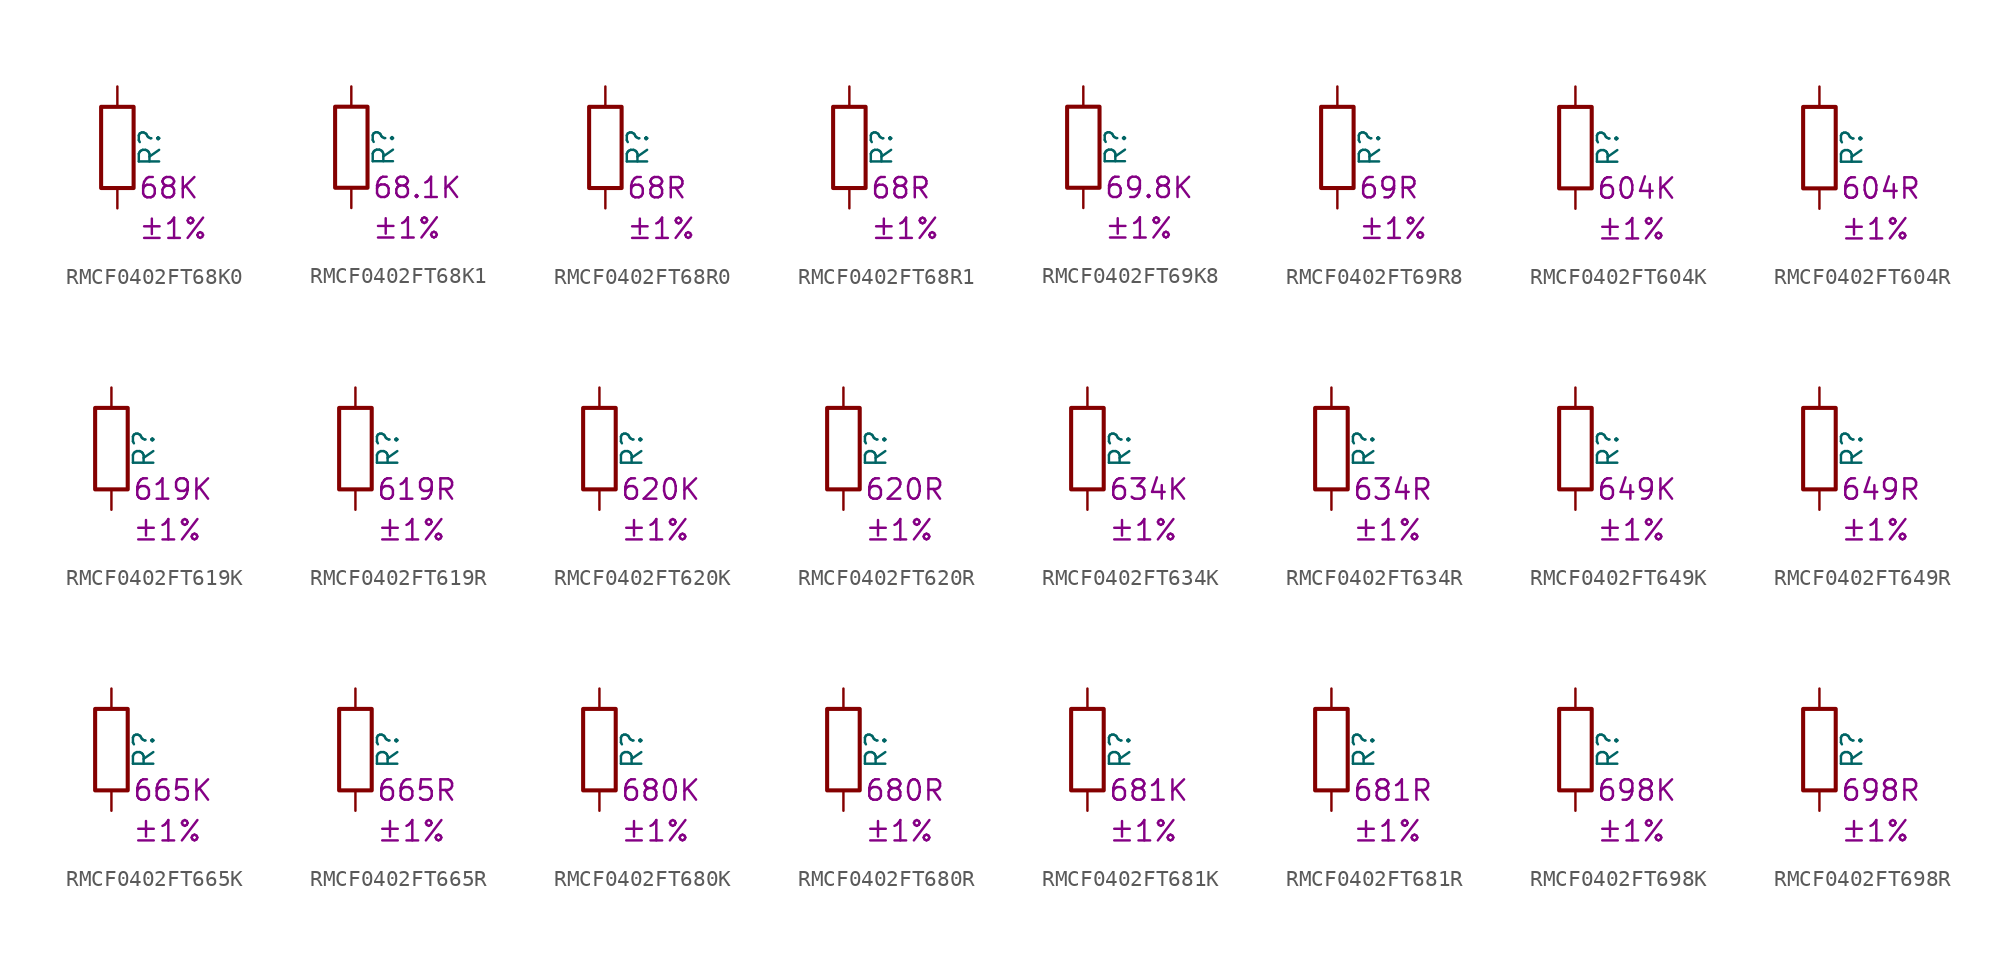
<source format=kicad_sym>
(kicad_symbol_lib
  (version 20220914)
  (generator kicad_symbol_editor)
  (symbol "RMCF0402FT68K0"
    (pin_numbers hide)
    (pin_names
      (offset 0))
    (property "Reference" "R"
      (at 2.032 0 90)
      (effects (font (size 1.27 1.27))))
    (property "Resistance" "68K"
      (at 1.27 -2.54 0)
      (effects (font (size 1.27 1.27)) (justify left)))
    (property "Tolerance" "±1%"
      (at 1.27 -5.08 0)
      (effects (font (size 1.27 1.27)) (justify left)))
    (symbol "RMCF0402FT68K0_0_1"
      (rectangle (start -1.016 -2.54) (end 1.016 2.54) (stroke (width 0.254) (type default)) (fill (type none))))
    (symbol "RMCF0402FT68K0_1_1"
      (pin passive line (at 0 3.81 270) (length 1.27) (name "~" (effects (font (size 1.27 1.27)))) (number "1" (effects (font (size 1.27 1.27)))))
      (pin passive line (at 0 -3.81 90) (length 1.27) (name "~" (effects (font (size 1.27 1.27)))) (number "2" (effects (font (size 1.27 1.27)))))))
  (symbol "RMCF0402FT68K1"
    (pin_numbers hide)
    (pin_names
      (offset 0))
    (property "Reference" "R"
      (at 2.032 0 90)
      (effects (font (size 1.27 1.27))))
    (property "Resistance" "68.1K"
      (at 1.27 -2.54 0)
      (effects (font (size 1.27 1.27)) (justify left)))
    (property "Tolerance" "±1%"
      (at 1.27 -5.08 0)
      (effects (font (size 1.27 1.27)) (justify left)))
    (symbol "RMCF0402FT68K1_0_1"
      (rectangle (start -1.016 -2.54) (end 1.016 2.54) (stroke (width 0.254) (type default)) (fill (type none))))
    (symbol "RMCF0402FT68K1_1_1"
      (pin passive line (at 0 3.81 270) (length 1.27) (name "~" (effects (font (size 1.27 1.27)))) (number "1" (effects (font (size 1.27 1.27)))))
      (pin passive line (at 0 -3.81 90) (length 1.27) (name "~" (effects (font (size 1.27 1.27)))) (number "2" (effects (font (size 1.27 1.27)))))))
  (symbol "RMCF0402FT68R0"
    (pin_numbers hide)
    (pin_names
      (offset 0))
    (property "Reference" "R"
      (at 2.032 0 90)
      (effects (font (size 1.27 1.27))))
    (property "Resistance" "68R"
      (at 1.27 -2.54 0)
      (effects (font (size 1.27 1.27)) (justify left)))
    (property "Tolerance" "±1%"
      (at 1.27 -5.08 0)
      (effects (font (size 1.27 1.27)) (justify left)))
    (symbol "RMCF0402FT68R0_0_1"
      (rectangle (start -1.016 -2.54) (end 1.016 2.54) (stroke (width 0.254) (type default)) (fill (type none))))
    (symbol "RMCF0402FT68R0_1_1"
      (pin passive line (at 0 3.81 270) (length 1.27) (name "~" (effects (font (size 1.27 1.27)))) (number "1" (effects (font (size 1.27 1.27)))))
      (pin passive line (at 0 -3.81 90) (length 1.27) (name "~" (effects (font (size 1.27 1.27)))) (number "2" (effects (font (size 1.27 1.27)))))))
  (symbol "RMCF0402FT68R1"
    (pin_numbers hide)
    (pin_names
      (offset 0))
    (property "Reference" "R"
      (at 2.032 0 90)
      (effects (font (size 1.27 1.27))))
    (property "Resistance" "68R"
      (at 1.27 -2.54 0)
      (effects (font (size 1.27 1.27)) (justify left)))
    (property "Tolerance" "±1%"
      (at 1.27 -5.08 0)
      (effects (font (size 1.27 1.27)) (justify left)))
    (symbol "RMCF0402FT68R1_0_1"
      (rectangle (start -1.016 -2.54) (end 1.016 2.54) (stroke (width 0.254) (type default)) (fill (type none))))
    (symbol "RMCF0402FT68R1_1_1"
      (pin passive line (at 0 3.81 270) (length 1.27) (name "~" (effects (font (size 1.27 1.27)))) (number "1" (effects (font (size 1.27 1.27)))))
      (pin passive line (at 0 -3.81 90) (length 1.27) (name "~" (effects (font (size 1.27 1.27)))) (number "2" (effects (font (size 1.27 1.27)))))))
  (symbol "RMCF0402FT69K8"
    (pin_numbers hide)
    (pin_names
      (offset 0))
    (property "Reference" "R"
      (at 2.032 0 90)
      (effects (font (size 1.27 1.27))))
    (property "Resistance" "69.8K"
      (at 1.27 -2.54 0)
      (effects (font (size 1.27 1.27)) (justify left)))
    (property "Tolerance" "±1%"
      (at 1.27 -5.08 0)
      (effects (font (size 1.27 1.27)) (justify left)))
    (symbol "RMCF0402FT69K8_0_1"
      (rectangle (start -1.016 -2.54) (end 1.016 2.54) (stroke (width 0.254) (type default)) (fill (type none))))
    (symbol "RMCF0402FT69K8_1_1"
      (pin passive line (at 0 3.81 270) (length 1.27) (name "~" (effects (font (size 1.27 1.27)))) (number "1" (effects (font (size 1.27 1.27)))))
      (pin passive line (at 0 -3.81 90) (length 1.27) (name "~" (effects (font (size 1.27 1.27)))) (number "2" (effects (font (size 1.27 1.27)))))))
  (symbol "RMCF0402FT69R8"
    (pin_numbers hide)
    (pin_names
      (offset 0))
    (property "Reference" "R"
      (at 2.032 0 90)
      (effects (font (size 1.27 1.27))))
    (property "Resistance" "69R"
      (at 1.27 -2.54 0)
      (effects (font (size 1.27 1.27)) (justify left)))
    (property "Tolerance" "±1%"
      (at 1.27 -5.08 0)
      (effects (font (size 1.27 1.27)) (justify left)))
    (symbol "RMCF0402FT69R8_0_1"
      (rectangle (start -1.016 -2.54) (end 1.016 2.54) (stroke (width 0.254) (type default)) (fill (type none))))
    (symbol "RMCF0402FT69R8_1_1"
      (pin passive line (at 0 3.81 270) (length 1.27) (name "~" (effects (font (size 1.27 1.27)))) (number "1" (effects (font (size 1.27 1.27)))))
      (pin passive line (at 0 -3.81 90) (length 1.27) (name "~" (effects (font (size 1.27 1.27)))) (number "2" (effects (font (size 1.27 1.27)))))))
  (symbol "RMCF0402FT604K"
    (pin_numbers hide)
    (pin_names
      (offset 0))
    (property "Reference" "R"
      (at 2.032 0 90)
      (effects (font (size 1.27 1.27))))
    (property "Resistance" "604K"
      (at 1.27 -2.54 0)
      (effects (font (size 1.27 1.27)) (justify left)))
    (property "Tolerance" "±1%"
      (at 1.27 -5.08 0)
      (effects (font (size 1.27 1.27)) (justify left)))
    (symbol "RMCF0402FT604K_0_1"
      (rectangle (start -1.016 -2.54) (end 1.016 2.54) (stroke (width 0.254) (type default)) (fill (type none))))
    (symbol "RMCF0402FT604K_1_1"
      (pin passive line (at 0 3.81 270) (length 1.27) (name "~" (effects (font (size 1.27 1.27)))) (number "1" (effects (font (size 1.27 1.27)))))
      (pin passive line (at 0 -3.81 90) (length 1.27) (name "~" (effects (font (size 1.27 1.27)))) (number "2" (effects (font (size 1.27 1.27)))))))
  (symbol "RMCF0402FT604R"
    (pin_numbers hide)
    (pin_names
      (offset 0))
    (property "Reference" "R"
      (at 2.032 0 90)
      (effects (font (size 1.27 1.27))))
    (property "Resistance" "604R"
      (at 1.27 -2.54 0)
      (effects (font (size 1.27 1.27)) (justify left)))
    (property "Tolerance" "±1%"
      (at 1.27 -5.08 0)
      (effects (font (size 1.27 1.27)) (justify left)))
    (symbol "RMCF0402FT604R_0_1"
      (rectangle (start -1.016 -2.54) (end 1.016 2.54) (stroke (width 0.254) (type default)) (fill (type none))))
    (symbol "RMCF0402FT604R_1_1"
      (pin passive line (at 0 3.81 270) (length 1.27) (name "~" (effects (font (size 1.27 1.27)))) (number "1" (effects (font (size 1.27 1.27)))))
      (pin passive line (at 0 -3.81 90) (length 1.27) (name "~" (effects (font (size 1.27 1.27)))) (number "2" (effects (font (size 1.27 1.27)))))))
  (symbol "RMCF0402FT619K"
    (pin_numbers hide)
    (pin_names
      (offset 0))
    (property "Reference" "R"
      (at 2.032 0 90)
      (effects (font (size 1.27 1.27))))
    (property "Resistance" "619K"
      (at 1.27 -2.54 0)
      (effects (font (size 1.27 1.27)) (justify left)))
    (property "Tolerance" "±1%"
      (at 1.27 -5.08 0)
      (effects (font (size 1.27 1.27)) (justify left)))
    (symbol "RMCF0402FT619K_0_1"
      (rectangle (start -1.016 -2.54) (end 1.016 2.54) (stroke (width 0.254) (type default)) (fill (type none))))
    (symbol "RMCF0402FT619K_1_1"
      (pin passive line (at 0 3.81 270) (length 1.27) (name "~" (effects (font (size 1.27 1.27)))) (number "1" (effects (font (size 1.27 1.27)))))
      (pin passive line (at 0 -3.81 90) (length 1.27) (name "~" (effects (font (size 1.27 1.27)))) (number "2" (effects (font (size 1.27 1.27)))))))
  (symbol "RMCF0402FT619R"
    (pin_numbers hide)
    (pin_names
      (offset 0))
    (property "Reference" "R"
      (at 2.032 0 90)
      (effects (font (size 1.27 1.27))))
    (property "Resistance" "619R"
      (at 1.27 -2.54 0)
      (effects (font (size 1.27 1.27)) (justify left)))
    (property "Tolerance" "±1%"
      (at 1.27 -5.08 0)
      (effects (font (size 1.27 1.27)) (justify left)))
    (symbol "RMCF0402FT619R_0_1"
      (rectangle (start -1.016 -2.54) (end 1.016 2.54) (stroke (width 0.254) (type default)) (fill (type none))))
    (symbol "RMCF0402FT619R_1_1"
      (pin passive line (at 0 3.81 270) (length 1.27) (name "~" (effects (font (size 1.27 1.27)))) (number "1" (effects (font (size 1.27 1.27)))))
      (pin passive line (at 0 -3.81 90) (length 1.27) (name "~" (effects (font (size 1.27 1.27)))) (number "2" (effects (font (size 1.27 1.27)))))))
  (symbol "RMCF0402FT620K"
    (pin_numbers hide)
    (pin_names
      (offset 0))
    (property "Reference" "R"
      (at 2.032 0 90)
      (effects (font (size 1.27 1.27))))
    (property "Resistance" "620K"
      (at 1.27 -2.54 0)
      (effects (font (size 1.27 1.27)) (justify left)))
    (property "Tolerance" "±1%"
      (at 1.27 -5.08 0)
      (effects (font (size 1.27 1.27)) (justify left)))
    (symbol "RMCF0402FT620K_0_1"
      (rectangle (start -1.016 -2.54) (end 1.016 2.54) (stroke (width 0.254) (type default)) (fill (type none))))
    (symbol "RMCF0402FT620K_1_1"
      (pin passive line (at 0 3.81 270) (length 1.27) (name "~" (effects (font (size 1.27 1.27)))) (number "1" (effects (font (size 1.27 1.27)))))
      (pin passive line (at 0 -3.81 90) (length 1.27) (name "~" (effects (font (size 1.27 1.27)))) (number "2" (effects (font (size 1.27 1.27)))))))
  (symbol "RMCF0402FT620R"
    (pin_numbers hide)
    (pin_names
      (offset 0))
    (property "Reference" "R"
      (at 2.032 0 90)
      (effects (font (size 1.27 1.27))))
    (property "Resistance" "620R"
      (at 1.27 -2.54 0)
      (effects (font (size 1.27 1.27)) (justify left)))
    (property "Tolerance" "±1%"
      (at 1.27 -5.08 0)
      (effects (font (size 1.27 1.27)) (justify left)))
    (symbol "RMCF0402FT620R_0_1"
      (rectangle (start -1.016 -2.54) (end 1.016 2.54) (stroke (width 0.254) (type default)) (fill (type none))))
    (symbol "RMCF0402FT620R_1_1"
      (pin passive line (at 0 3.81 270) (length 1.27) (name "~" (effects (font (size 1.27 1.27)))) (number "1" (effects (font (size 1.27 1.27)))))
      (pin passive line (at 0 -3.81 90) (length 1.27) (name "~" (effects (font (size 1.27 1.27)))) (number "2" (effects (font (size 1.27 1.27)))))))
  (symbol "RMCF0402FT634K"
    (pin_numbers hide)
    (pin_names
      (offset 0))
    (property "Reference" "R"
      (at 2.032 0 90)
      (effects (font (size 1.27 1.27))))
    (property "Resistance" "634K"
      (at 1.27 -2.54 0)
      (effects (font (size 1.27 1.27)) (justify left)))
    (property "Tolerance" "±1%"
      (at 1.27 -5.08 0)
      (effects (font (size 1.27 1.27)) (justify left)))
    (symbol "RMCF0402FT634K_0_1"
      (rectangle (start -1.016 -2.54) (end 1.016 2.54) (stroke (width 0.254) (type default)) (fill (type none))))
    (symbol "RMCF0402FT634K_1_1"
      (pin passive line (at 0 3.81 270) (length 1.27) (name "~" (effects (font (size 1.27 1.27)))) (number "1" (effects (font (size 1.27 1.27)))))
      (pin passive line (at 0 -3.81 90) (length 1.27) (name "~" (effects (font (size 1.27 1.27)))) (number "2" (effects (font (size 1.27 1.27)))))))
  (symbol "RMCF0402FT634R"
    (pin_numbers hide)
    (pin_names
      (offset 0))
    (property "Reference" "R"
      (at 2.032 0 90)
      (effects (font (size 1.27 1.27))))
    (property "Resistance" "634R"
      (at 1.27 -2.54 0)
      (effects (font (size 1.27 1.27)) (justify left)))
    (property "Tolerance" "±1%"
      (at 1.27 -5.08 0)
      (effects (font (size 1.27 1.27)) (justify left)))
    (symbol "RMCF0402FT634R_0_1"
      (rectangle (start -1.016 -2.54) (end 1.016 2.54) (stroke (width 0.254) (type default)) (fill (type none))))
    (symbol "RMCF0402FT634R_1_1"
      (pin passive line (at 0 3.81 270) (length 1.27) (name "~" (effects (font (size 1.27 1.27)))) (number "1" (effects (font (size 1.27 1.27)))))
      (pin passive line (at 0 -3.81 90) (length 1.27) (name "~" (effects (font (size 1.27 1.27)))) (number "2" (effects (font (size 1.27 1.27)))))))
  (symbol "RMCF0402FT649K"
    (pin_numbers hide)
    (pin_names
      (offset 0))
    (property "Reference" "R"
      (at 2.032 0 90)
      (effects (font (size 1.27 1.27))))
    (property "Resistance" "649K"
      (at 1.27 -2.54 0)
      (effects (font (size 1.27 1.27)) (justify left)))
    (property "Tolerance" "±1%"
      (at 1.27 -5.08 0)
      (effects (font (size 1.27 1.27)) (justify left)))
    (symbol "RMCF0402FT649K_0_1"
      (rectangle (start -1.016 -2.54) (end 1.016 2.54) (stroke (width 0.254) (type default)) (fill (type none))))
    (symbol "RMCF0402FT649K_1_1"
      (pin passive line (at 0 3.81 270) (length 1.27) (name "~" (effects (font (size 1.27 1.27)))) (number "1" (effects (font (size 1.27 1.27)))))
      (pin passive line (at 0 -3.81 90) (length 1.27) (name "~" (effects (font (size 1.27 1.27)))) (number "2" (effects (font (size 1.27 1.27)))))))
  (symbol "RMCF0402FT649R"
    (pin_numbers hide)
    (pin_names
      (offset 0))
    (property "Reference" "R"
      (at 2.032 0 90)
      (effects (font (size 1.27 1.27))))
    (property "Resistance" "649R"
      (at 1.27 -2.54 0)
      (effects (font (size 1.27 1.27)) (justify left)))
    (property "Tolerance" "±1%"
      (at 1.27 -5.08 0)
      (effects (font (size 1.27 1.27)) (justify left)))
    (symbol "RMCF0402FT649R_0_1"
      (rectangle (start -1.016 -2.54) (end 1.016 2.54) (stroke (width 0.254) (type default)) (fill (type none))))
    (symbol "RMCF0402FT649R_1_1"
      (pin passive line (at 0 3.81 270) (length 1.27) (name "~" (effects (font (size 1.27 1.27)))) (number "1" (effects (font (size 1.27 1.27)))))
      (pin passive line (at 0 -3.81 90) (length 1.27) (name "~" (effects (font (size 1.27 1.27)))) (number "2" (effects (font (size 1.27 1.27)))))))
  (symbol "RMCF0402FT665K"
    (pin_numbers hide)
    (pin_names
      (offset 0))
    (property "Reference" "R"
      (at 2.032 0 90)
      (effects (font (size 1.27 1.27))))
    (property "Resistance" "665K"
      (at 1.27 -2.54 0)
      (effects (font (size 1.27 1.27)) (justify left)))
    (property "Tolerance" "±1%"
      (at 1.27 -5.08 0)
      (effects (font (size 1.27 1.27)) (justify left)))
    (symbol "RMCF0402FT665K_0_1"
      (rectangle (start -1.016 -2.54) (end 1.016 2.54) (stroke (width 0.254) (type default)) (fill (type none))))
    (symbol "RMCF0402FT665K_1_1"
      (pin passive line (at 0 3.81 270) (length 1.27) (name "~" (effects (font (size 1.27 1.27)))) (number "1" (effects (font (size 1.27 1.27)))))
      (pin passive line (at 0 -3.81 90) (length 1.27) (name "~" (effects (font (size 1.27 1.27)))) (number "2" (effects (font (size 1.27 1.27)))))))
  (symbol "RMCF0402FT665R"
    (pin_numbers hide)
    (pin_names
      (offset 0))
    (property "Reference" "R"
      (at 2.032 0 90)
      (effects (font (size 1.27 1.27))))
    (property "Resistance" "665R"
      (at 1.27 -2.54 0)
      (effects (font (size 1.27 1.27)) (justify left)))
    (property "Tolerance" "±1%"
      (at 1.27 -5.08 0)
      (effects (font (size 1.27 1.27)) (justify left)))
    (symbol "RMCF0402FT665R_0_1"
      (rectangle (start -1.016 -2.54) (end 1.016 2.54) (stroke (width 0.254) (type default)) (fill (type none))))
    (symbol "RMCF0402FT665R_1_1"
      (pin passive line (at 0 3.81 270) (length 1.27) (name "~" (effects (font (size 1.27 1.27)))) (number "1" (effects (font (size 1.27 1.27)))))
      (pin passive line (at 0 -3.81 90) (length 1.27) (name "~" (effects (font (size 1.27 1.27)))) (number "2" (effects (font (size 1.27 1.27)))))))
  (symbol "RMCF0402FT680K"
    (pin_numbers hide)
    (pin_names
      (offset 0))
    (property "Reference" "R"
      (at 2.032 0 90)
      (effects (font (size 1.27 1.27))))
    (property "Resistance" "680K"
      (at 1.27 -2.54 0)
      (effects (font (size 1.27 1.27)) (justify left)))
    (property "Tolerance" "±1%"
      (at 1.27 -5.08 0)
      (effects (font (size 1.27 1.27)) (justify left)))
    (symbol "RMCF0402FT680K_0_1"
      (rectangle (start -1.016 -2.54) (end 1.016 2.54) (stroke (width 0.254) (type default)) (fill (type none))))
    (symbol "RMCF0402FT680K_1_1"
      (pin passive line (at 0 3.81 270) (length 1.27) (name "~" (effects (font (size 1.27 1.27)))) (number "1" (effects (font (size 1.27 1.27)))))
      (pin passive line (at 0 -3.81 90) (length 1.27) (name "~" (effects (font (size 1.27 1.27)))) (number "2" (effects (font (size 1.27 1.27)))))))
  (symbol "RMCF0402FT680R"
    (pin_numbers hide)
    (pin_names
      (offset 0))
    (property "Reference" "R"
      (at 2.032 0 90)
      (effects (font (size 1.27 1.27))))
    (property "Resistance" "680R"
      (at 1.27 -2.54 0)
      (effects (font (size 1.27 1.27)) (justify left)))
    (property "Tolerance" "±1%"
      (at 1.27 -5.08 0)
      (effects (font (size 1.27 1.27)) (justify left)))
    (symbol "RMCF0402FT680R_0_1"
      (rectangle (start -1.016 -2.54) (end 1.016 2.54) (stroke (width 0.254) (type default)) (fill (type none))))
    (symbol "RMCF0402FT680R_1_1"
      (pin passive line (at 0 3.81 270) (length 1.27) (name "~" (effects (font (size 1.27 1.27)))) (number "1" (effects (font (size 1.27 1.27)))))
      (pin passive line (at 0 -3.81 90) (length 1.27) (name "~" (effects (font (size 1.27 1.27)))) (number "2" (effects (font (size 1.27 1.27)))))))
  (symbol "RMCF0402FT681K"
    (pin_numbers hide)
    (pin_names
      (offset 0))
    (property "Reference" "R"
      (at 2.032 0 90)
      (effects (font (size 1.27 1.27))))
    (property "Resistance" "681K"
      (at 1.27 -2.54 0)
      (effects (font (size 1.27 1.27)) (justify left)))
    (property "Tolerance" "±1%"
      (at 1.27 -5.08 0)
      (effects (font (size 1.27 1.27)) (justify left)))
    (symbol "RMCF0402FT681K_0_1"
      (rectangle (start -1.016 -2.54) (end 1.016 2.54) (stroke (width 0.254) (type default)) (fill (type none))))
    (symbol "RMCF0402FT681K_1_1"
      (pin passive line (at 0 3.81 270) (length 1.27) (name "~" (effects (font (size 1.27 1.27)))) (number "1" (effects (font (size 1.27 1.27)))))
      (pin passive line (at 0 -3.81 90) (length 1.27) (name "~" (effects (font (size 1.27 1.27)))) (number "2" (effects (font (size 1.27 1.27)))))))
  (symbol "RMCF0402FT681R"
    (pin_numbers hide)
    (pin_names
      (offset 0))
    (property "Reference" "R"
      (at 2.032 0 90)
      (effects (font (size 1.27 1.27))))
    (property "Resistance" "681R"
      (at 1.27 -2.54 0)
      (effects (font (size 1.27 1.27)) (justify left)))
    (property "Tolerance" "±1%"
      (at 1.27 -5.08 0)
      (effects (font (size 1.27 1.27)) (justify left)))
    (symbol "RMCF0402FT681R_0_1"
      (rectangle (start -1.016 -2.54) (end 1.016 2.54) (stroke (width 0.254) (type default)) (fill (type none))))
    (symbol "RMCF0402FT681R_1_1"
      (pin passive line (at 0 3.81 270) (length 1.27) (name "~" (effects (font (size 1.27 1.27)))) (number "1" (effects (font (size 1.27 1.27)))))
      (pin passive line (at 0 -3.81 90) (length 1.27) (name "~" (effects (font (size 1.27 1.27)))) (number "2" (effects (font (size 1.27 1.27)))))))
  (symbol "RMCF0402FT698K"
    (pin_numbers hide)
    (pin_names
      (offset 0))
    (property "Reference" "R"
      (at 2.032 0 90)
      (effects (font (size 1.27 1.27))))
    (property "Resistance" "698K"
      (at 1.27 -2.54 0)
      (effects (font (size 1.27 1.27)) (justify left)))
    (property "Tolerance" "±1%"
      (at 1.27 -5.08 0)
      (effects (font (size 1.27 1.27)) (justify left)))
    (symbol "RMCF0402FT698K_0_1"
      (rectangle (start -1.016 -2.54) (end 1.016 2.54) (stroke (width 0.254) (type default)) (fill (type none))))
    (symbol "RMCF0402FT698K_1_1"
      (pin passive line (at 0 3.81 270) (length 1.27) (name "~" (effects (font (size 1.27 1.27)))) (number "1" (effects (font (size 1.27 1.27)))))
      (pin passive line (at 0 -3.81 90) (length 1.27) (name "~" (effects (font (size 1.27 1.27)))) (number "2" (effects (font (size 1.27 1.27)))))))
  (symbol "RMCF0402FT698R"
    (pin_numbers hide)
    (pin_names
      (offset 0))
    (property "Reference" "R"
      (at 2.032 0 90)
      (effects (font (size 1.27 1.27))))
    (property "Resistance" "698R"
      (at 1.27 -2.54 0)
      (effects (font (size 1.27 1.27)) (justify left)))
    (property "Tolerance" "±1%"
      (at 1.27 -5.08 0)
      (effects (font (size 1.27 1.27)) (justify left)))
    (symbol "RMCF0402FT698R_0_1"
      (rectangle (start -1.016 -2.54) (end 1.016 2.54) (stroke (width 0.254) (type default)) (fill (type none))))
    (symbol "RMCF0402FT698R_1_1"
      (pin passive line (at 0 3.81 270) (length 1.27) (name "~" (effects (font (size 1.27 1.27)))) (number "1" (effects (font (size 1.27 1.27)))))
      (pin passive line (at 0 -3.81 90) (length 1.27) (name "~" (effects (font (size 1.27 1.27)))) (number "2" (effects (font (size 1.27 1.27))))))))
</source>
